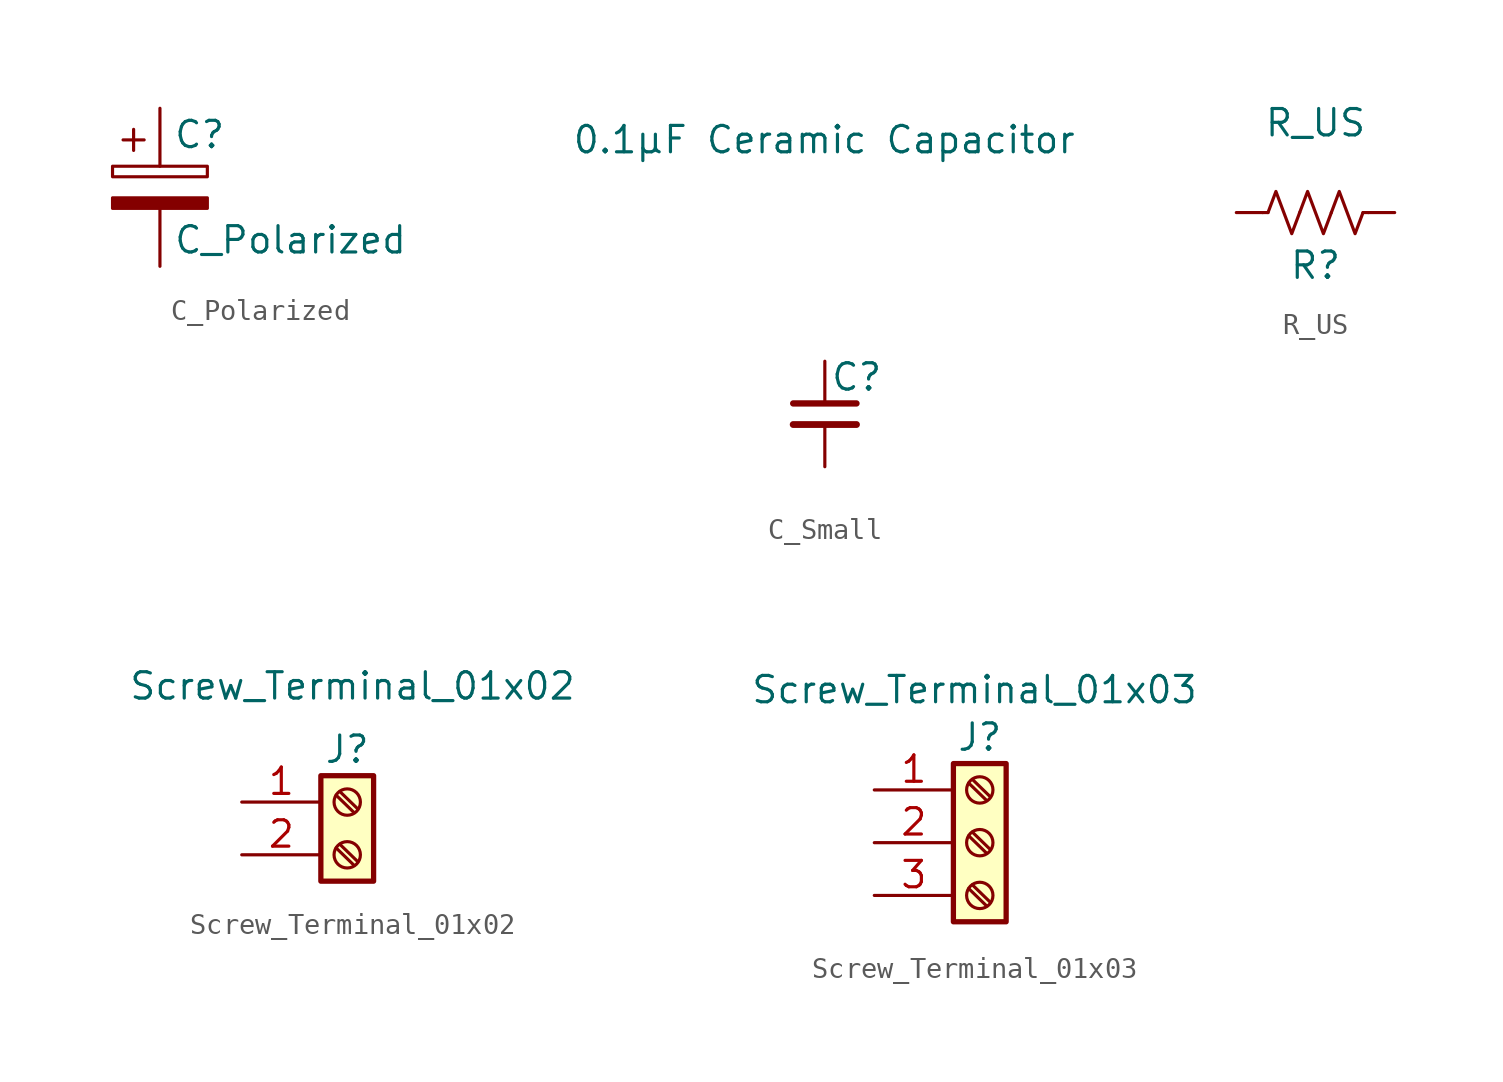
<source format=kicad_sym>
(kicad_symbol_lib
  (version 20241209)
  (generator "kicad_symbol_editor")
  (generator_version "9.0")
  (symbol "C_Polarized"
    (pin_numbers
      (hide yes))
    (pin_names
      (offset 0.254))
    (property "Reference" "C"
      (at 0.635 2.54 0)
      (effects (font (size 1.27 1.27)) (justify left)))
    (property "Value" "C_Polarized"
      (at 0.635 -2.54 0)
      (effects (font (size 1.27 1.27)) (justify left)))
    (symbol "C_Polarized_0_1"
      (rectangle (start -2.286 0.508) (end 2.286 1.016) (stroke (width 0) (type default)) (fill (type none)))
      (rectangle (start -2.286 -0.508) (end 2.286 -1.016) (stroke (width 0) (type default)) (fill (type outline)))
      (polyline (pts (xy -1.778 2.286) (xy -0.762 2.286)) (stroke (width 0) (type default)) (fill (type none)))
      (polyline (pts (xy -1.27 2.794) (xy -1.27 1.778)) (stroke (width 0) (type default)) (fill (type none))))
    (symbol "C_Polarized_1_1"
      (pin passive line (at 0 3.81 270) (length 2.794) (name "~" (effects (font (size 1.27 1.27)))) (number "1" (effects (font (size 1.27 1.27)))))
      (pin passive line (at 0 -3.81 90) (length 2.794) (name "~" (effects (font (size 1.27 1.27)))) (number "2" (effects (font (size 1.27 1.27)))))))
  (symbol "C_Small"
    (pin_numbers
      (hide yes))
    (pin_names
      (offset 0.254)
      (hide yes))
    (property "Reference" "C"
      (at 0.254 1.778 0)
      (effects (font (size 1.27 1.27)) (justify left)))
    (property "Value" "0.1µF Ceramic Capacitor"
      (at -12.192 13.208 0)
      (effects (font (size 1.27 1.27)) (justify left)))
    (symbol "C_Small_0_1"
      (polyline (pts (xy -1.524 0.508) (xy 1.524 0.508)) (stroke (width 0.305) (type default)) (fill (type none)))
      (polyline (pts (xy -1.524 -0.508) (xy 1.524 -0.508)) (stroke (width 0.33) (type default)) (fill (type none))))
    (symbol "C_Small_1_1"
      (pin passive line (at 0 2.54 270) (length 2.032) (name "~" (effects (font (size 1.27 1.27)))) (number "1" (effects (font (size 1.27 1.27)))))
      (pin passive line (at 0 -2.54 90) (length 2.032) (name "~" (effects (font (size 1.27 1.27)))) (number "2" (effects (font (size 1.27 1.27)))))))
  (symbol "R_US"
    (pin_numbers
      (hide yes))
    (pin_names
      (offset 0))
    (property "Reference" "R"
      (at 0 7.62 0)
      (effects (font (size 1.27 1.27))))
    (property "Value" "R_US"
      (at 0 14.478 0)
      (effects (font (size 1.27 1.27))))
    (symbol "R_US_0_1"
      (polyline (pts (xy -2.286 10.16) (xy -2.54 10.16)) (stroke (width 0) (type default)) (fill (type none)))
      (polyline (pts (xy -2.286 10.16) (xy -1.905 11.176) (xy -1.524 10.16) (xy -1.143 9.144) (xy -0.762 10.16)) (stroke (width 0) (type default)) (fill (type none)))
      (polyline (pts (xy -0.762 10.16) (xy -0.381 11.176) (xy 0 10.16) (xy 0.381 9.144) (xy 0.762 10.16)) (stroke (width 0) (type default)) (fill (type none)))
      (polyline (pts (xy 0.762 10.16) (xy 1.143 11.176) (xy 1.524 10.16) (xy 1.905 9.144) (xy 2.286 10.16)) (stroke (width 0) (type default)) (fill (type none)))
      (polyline (pts (xy 2.286 10.16) (xy 2.54 10.16)) (stroke (width 0) (type default)) (fill (type none))))
    (symbol "R_US_1_1"
      (pin passive line (at -3.81 10.16 0) (length 1.27) (name "~" (effects (font (size 1.27 1.27)))) (number "1" (effects (font (size 1.27 1.27)))))
      (pin passive line (at 3.81 10.16 180) (length 1.27) (name "~" (effects (font (size 1.27 1.27)))) (number "2" (effects (font (size 1.27 1.27)))))))
  (symbol "Screw_Terminal_01x02"
    (pin_names
      (offset 1.016)
      (hide yes))
    (property "Reference" "J"
      (at 0 2.54 0)
      (effects (font (size 1.27 1.27))))
    (property "Value" "Screw_Terminal_01x02"
      (at 0.254 5.588 0)
      (effects (font (size 1.27 1.27))))
    (symbol "Screw_Terminal_01x02_1_1"
      (rectangle (start -1.27 1.27) (end 1.27 -3.81) (stroke (width 0.254) (type default)) (fill (type background)))
      (polyline (pts (xy -0.533 0.33) (xy 0.33 -0.508)) (stroke (width 0.152) (type default)) (fill (type none)))
      (polyline (pts (xy -0.533 -2.21) (xy 0.33 -3.048)) (stroke (width 0.152) (type default)) (fill (type none)))
      (polyline (pts (xy -0.356 0.508) (xy 0.508 -0.33)) (stroke (width 0.152) (type default)) (fill (type none)))
      (polyline (pts (xy -0.356 -2.032) (xy 0.508 -2.87)) (stroke (width 0.152) (type default)) (fill (type none)))
      (circle (center 0 0) (radius 0.635) (stroke (width 0.152) (type default)) (fill (type none)))
      (circle (center 0 -2.54) (radius 0.635) (stroke (width 0.152) (type default)) (fill (type none)))
      (pin passive line (at -5.08 0 0) (length 3.81) (name "Pin_1" (effects (font (size 1.27 1.27)))) (number "1" (effects (font (size 1.27 1.27)))))
      (pin passive line (at -5.08 -2.54 0) (length 3.81) (name "Pin_2" (effects (font (size 1.27 1.27)))) (number "2" (effects (font (size 1.27 1.27)))))))
  (symbol "Screw_Terminal_01x03"
    (pin_names
      (offset 1.016)
      (hide yes))
    (property "Reference" "J"
      (at 0 5.08 0)
      (effects (font (size 1.27 1.27))))
    (property "Value" "Screw_Terminal_01x03"
      (at -0.254 7.366 0)
      (effects (font (size 1.27 1.27))))
    (symbol "Screw_Terminal_01x03_1_1"
      (rectangle (start -1.27 3.81) (end 1.27 -3.81) (stroke (width 0.254) (type default)) (fill (type background)))
      (polyline (pts (xy -0.533 2.87) (xy 0.33 2.032)) (stroke (width 0.152) (type default)) (fill (type none)))
      (polyline (pts (xy -0.533 0.33) (xy 0.33 -0.508)) (stroke (width 0.152) (type default)) (fill (type none)))
      (polyline (pts (xy -0.533 -2.21) (xy 0.33 -3.048)) (stroke (width 0.152) (type default)) (fill (type none)))
      (polyline (pts (xy -0.356 3.048) (xy 0.508 2.21)) (stroke (width 0.152) (type default)) (fill (type none)))
      (polyline (pts (xy -0.356 0.508) (xy 0.508 -0.33)) (stroke (width 0.152) (type default)) (fill (type none)))
      (polyline (pts (xy -0.356 -2.032) (xy 0.508 -2.87)) (stroke (width 0.152) (type default)) (fill (type none)))
      (circle (center 0 2.54) (radius 0.635) (stroke (width 0.152) (type default)) (fill (type none)))
      (circle (center 0 0) (radius 0.635) (stroke (width 0.152) (type default)) (fill (type none)))
      (circle (center 0 -2.54) (radius 0.635) (stroke (width 0.152) (type default)) (fill (type none)))
      (pin passive line (at -5.08 2.54 0) (length 3.81) (name "Pin_1" (effects (font (size 1.27 1.27)))) (number "1" (effects (font (size 1.27 1.27)))))
      (pin passive line (at -5.08 0 0) (length 3.81) (name "Pin_2" (effects (font (size 1.27 1.27)))) (number "2" (effects (font (size 1.27 1.27)))))
      (pin passive line (at -5.08 -2.54 0) (length 3.81) (name "Pin_3" (effects (font (size 1.27 1.27)))) (number "3" (effects (font (size 1.27 1.27))))))))
</source>
